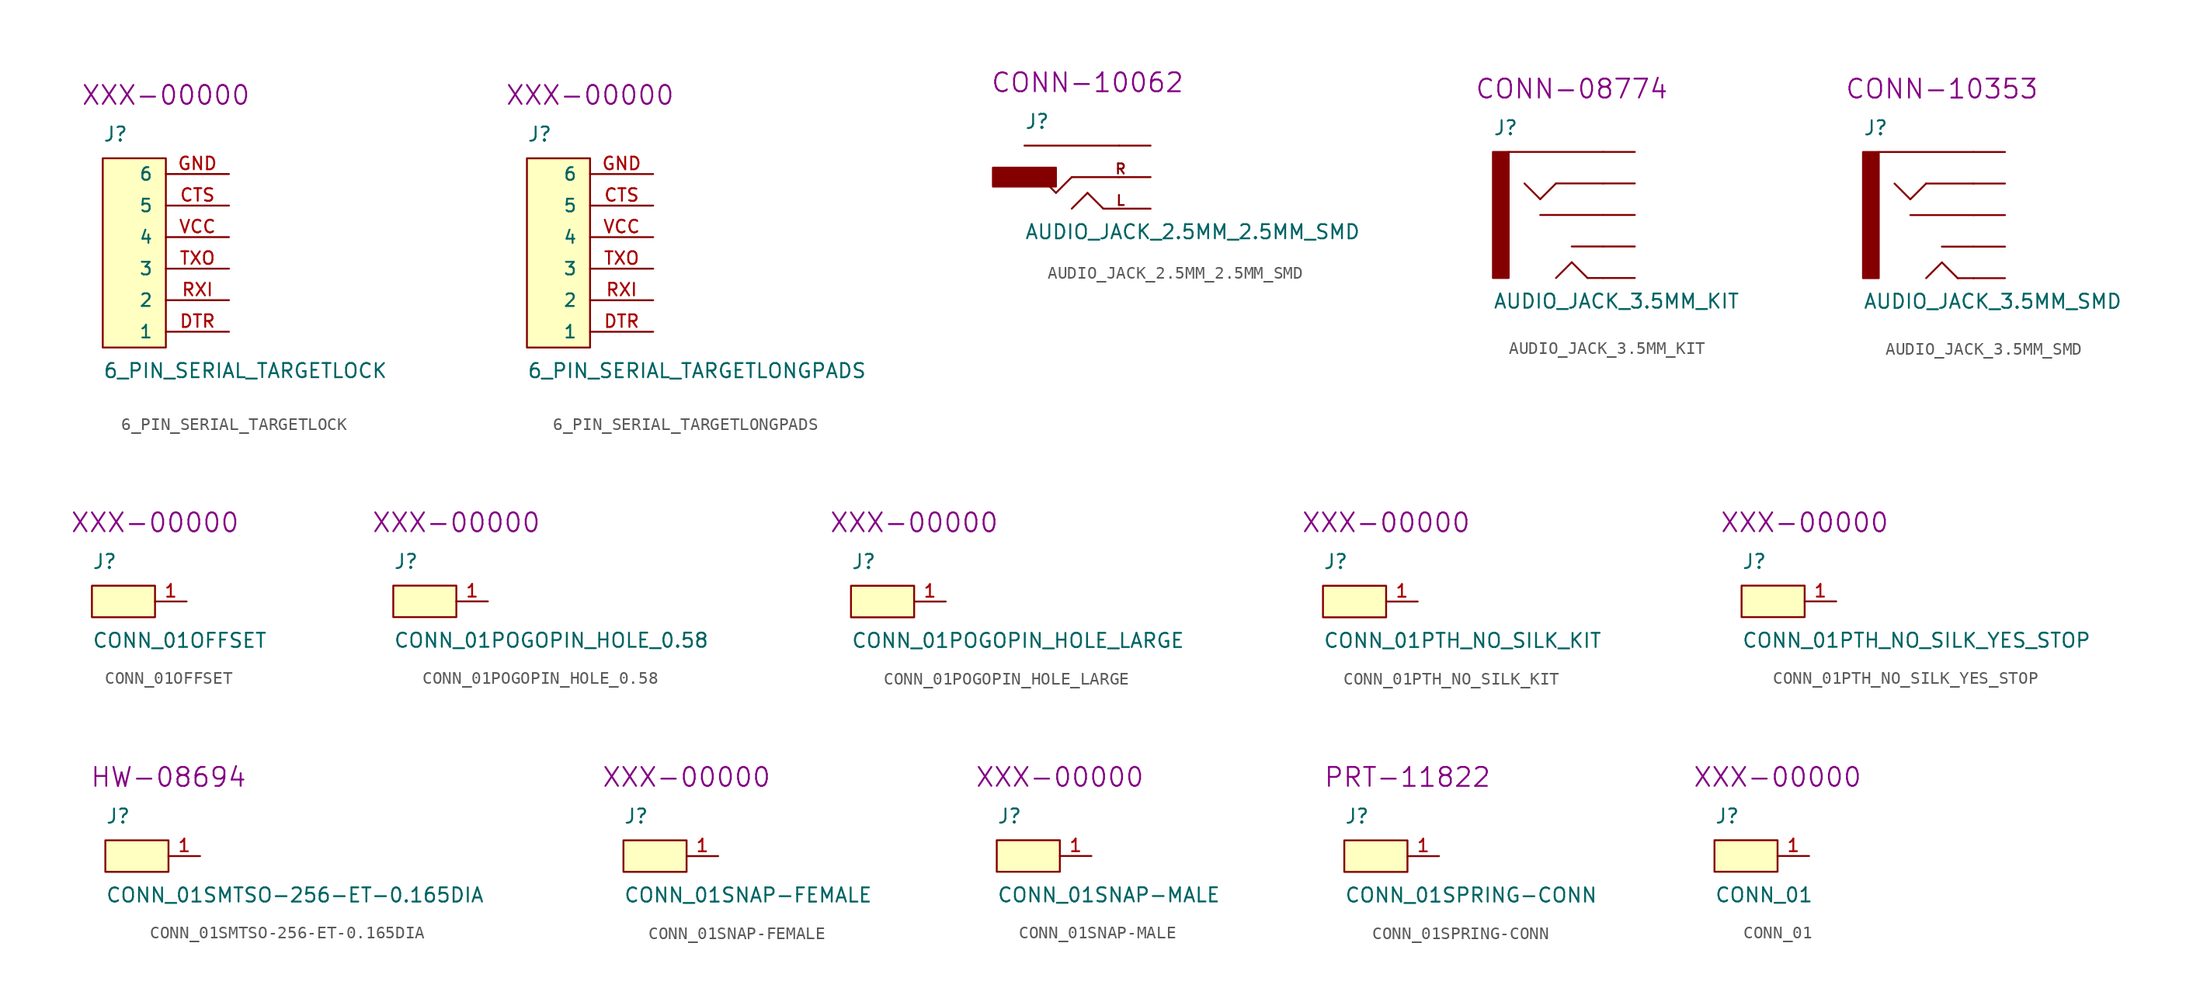
<source format=kicad_sym>
(kicad_symbol_lib
  (version 20201005)
  (generator kicad_symbol_editor)
  (symbol "6_PIN_SERIAL_TARGETLOCK"
    (pin_names
      (offset 1.016))
    (property "Reference" "J"
      (at -5.08 15.24 0)
      (effects (font (size 1.143 1.143)) (justify left bottom)))
    (property "Value" "6_PIN_SERIAL_TARGETLOCK"
      (at -5.08 -3.81 0)
      (effects (font (size 1.143 1.143)) (justify left bottom)))
    (property "Field4" "XXX-00000"
      (at 0 19.05 0)
      (effects (font (size 1.524 1.524))))
    (property "ki_locked" ""
      (at 0 0 0)
      (effects (font (size 1.27 1.27))))
    (symbol "6_PIN_SERIAL_TARGETLOCK_0_1"
      (rectangle (start -5.08 13.97) (end 0 -1.27) (stroke (width 0)) (fill (type background))))
    (symbol "6_PIN_SERIAL_TARGETLOCK_1_1"
      (pin passive line (at 5.08 7.62 180) (length 5.08) (name "4" (effects (font (size 1.016 1.016)))) (number "VCC" (effects (font (size 1.016 1.016)))))
      (pin passive line (at 5.08 12.7 180) (length 5.08) (name "6" (effects (font (size 1.016 1.016)))) (number "GND" (effects (font (size 1.016 1.016)))))
      (pin passive line (at 5.08 2.54 180) (length 5.08) (name "2" (effects (font (size 1.016 1.016)))) (number "RXI" (effects (font (size 1.016 1.016)))))
      (pin passive line (at 5.08 5.08 180) (length 5.08) (name "3" (effects (font (size 1.016 1.016)))) (number "TXO" (effects (font (size 1.016 1.016)))))
      (pin passive line (at 5.08 0 180) (length 5.08) (name "1" (effects (font (size 1.016 1.016)))) (number "DTR" (effects (font (size 1.016 1.016)))))
      (pin passive line (at 5.08 10.16 180) (length 5.08) (name "5" (effects (font (size 1.016 1.016)))) (number "CTS" (effects (font (size 1.016 1.016)))))))
  (symbol "6_PIN_SERIAL_TARGETLONGPADS"
    (pin_names
      (offset 1.016))
    (property "Reference" "J"
      (at -5.08 15.24 0)
      (effects (font (size 1.143 1.143)) (justify left bottom)))
    (property "Value" "6_PIN_SERIAL_TARGETLONGPADS"
      (at -5.08 -3.81 0)
      (effects (font (size 1.143 1.143)) (justify left bottom)))
    (property "Field4" "XXX-00000"
      (at 0 19.05 0)
      (effects (font (size 1.524 1.524))))
    (property "ki_locked" ""
      (at 0 0 0)
      (effects (font (size 1.27 1.27))))
    (symbol "6_PIN_SERIAL_TARGETLONGPADS_0_1"
      (rectangle (start -5.08 13.97) (end 0 -1.27) (stroke (width 0)) (fill (type background))))
    (symbol "6_PIN_SERIAL_TARGETLONGPADS_1_1"
      (pin passive line (at 5.08 7.62 180) (length 5.08) (name "4" (effects (font (size 1.016 1.016)))) (number "VCC" (effects (font (size 1.016 1.016)))))
      (pin passive line (at 5.08 12.7 180) (length 5.08) (name "6" (effects (font (size 1.016 1.016)))) (number "GND" (effects (font (size 1.016 1.016)))))
      (pin passive line (at 5.08 2.54 180) (length 5.08) (name "2" (effects (font (size 1.016 1.016)))) (number "RXI" (effects (font (size 1.016 1.016)))))
      (pin passive line (at 5.08 5.08 180) (length 5.08) (name "3" (effects (font (size 1.016 1.016)))) (number "TXO" (effects (font (size 1.016 1.016)))))
      (pin passive line (at 5.08 0 180) (length 5.08) (name "1" (effects (font (size 1.016 1.016)))) (number "DTR" (effects (font (size 1.016 1.016)))))
      (pin passive line (at 5.08 10.16 180) (length 5.08) (name "5" (effects (font (size 1.016 1.016)))) (number "CTS" (effects (font (size 1.016 1.016)))))))
  (symbol "AUDIO_JACK_2.5MM_2.5MM_SMD"
    (pin_numbers hide)
    (pin_names
      (offset 1.016) hide)
    (property "Reference" "J"
      (at -5.08 3.81 0)
      (effects (font (size 1.143 1.143)) (justify left bottom)))
    (property "Value" "AUDIO_JACK_2.5MM_2.5MM_SMD"
      (at -5.08 -5.08 0)
      (effects (font (size 1.143 1.143)) (justify left bottom)))
    (property "Field4" "CONN-10062"
      (at 0 7.62 0)
      (effects (font (size 1.524 1.524))))
    (property "ki_locked" ""
      (at 0 0 0)
      (effects (font (size 1.27 1.27))))
    (symbol "AUDIO_JACK_2.5MM_2.5MM_SMD_1_0"
      (text "L" (at 2.667 -1.88 0) (effects (font (size 0.813 0.813))))
      (text "R" (at 2.667 0.66 0) (effects (font (size 0.813 0.813))))
      (polyline (pts (xy -2.54 -1.27) (xy -3.81 0)) (stroke (width 0)) (fill (type none)))
      (polyline (pts (xy -1.27 -2.54) (xy 0 -1.27)) (stroke (width 0)) (fill (type none)))
      (polyline (pts (xy -1.27 0) (xy -2.54 -1.27)) (stroke (width 0)) (fill (type none)))
      (polyline (pts (xy 0 -1.27) (xy 1.27 -2.54)) (stroke (width 0)) (fill (type none)))
      (polyline (pts (xy 1.27 -2.54) (xy 2.54 -2.54)) (stroke (width 0)) (fill (type none)))
      (polyline (pts (xy 2.54 0) (xy -1.27 0)) (stroke (width 0)) (fill (type none)))
      (polyline (pts (xy 2.54 2.54) (xy -5.08 2.54)) (stroke (width 0)) (fill (type none))))
    (symbol "AUDIO_JACK_2.5MM_2.5MM_SMD_1_1"
      (rectangle (start -7.62 -0.762) (end -2.54 0.762) (stroke (width 0)) (fill (type outline)))
      (pin bidirectional line (at 5.08 -2.54 180) (length 2.54) (name "LEFT" (effects (font (size 1.016 1.016)))) (number "1" (effects (font (size 1.016 1.016)))))
      (pin bidirectional line (at 5.08 0 180) (length 2.54) (name "RIGHT" (effects (font (size 1.016 1.016)))) (number "4" (effects (font (size 1.016 1.016)))))
      (pin bidirectional line (at 5.08 2.54 180) (length 2.54) (name "SLEEVE" (effects (font (size 1.016 1.016)))) (number "5" (effects (font (size 1.016 1.016)))))))
  (symbol "AUDIO_JACK_3.5MM_KIT"
    (pin_numbers hide)
    (pin_names
      (offset 1.016) hide)
    (property "Reference" "J"
      (at -6.35 6.35 0)
      (effects (font (size 1.143 1.143)) (justify left bottom)))
    (property "Value" "AUDIO_JACK_3.5MM_KIT"
      (at -6.35 -7.62 0)
      (effects (font (size 1.143 1.143)) (justify left bottom)))
    (property "Field4" "CONN-08774"
      (at 0 10.16 0)
      (effects (font (size 1.524 1.524))))
    (property "ki_locked" ""
      (at 0 0 0)
      (effects (font (size 1.27 1.27))))
    (symbol "AUDIO_JACK_3.5MM_KIT_1_0"
      (polyline (pts (xy -2.54 0) (xy 2.54 0)) (stroke (width 0)) (fill (type none)))
      (polyline (pts (xy -2.54 1.27) (xy -3.81 2.54)) (stroke (width 0)) (fill (type none)))
      (polyline (pts (xy -1.27 -5.08) (xy 0 -3.81)) (stroke (width 0)) (fill (type none)))
      (polyline (pts (xy -1.27 2.54) (xy -2.54 1.27)) (stroke (width 0)) (fill (type none)))
      (polyline (pts (xy 0 -3.81) (xy 1.27 -5.08)) (stroke (width 0)) (fill (type none)))
      (polyline (pts (xy 0 -2.54) (xy 2.54 -2.54)) (stroke (width 0)) (fill (type none)))
      (polyline (pts (xy 1.27 -5.08) (xy 2.54 -5.08)) (stroke (width 0)) (fill (type none)))
      (polyline (pts (xy 2.54 2.54) (xy -1.27 2.54)) (stroke (width 0)) (fill (type none)))
      (polyline (pts (xy 2.54 5.08) (xy -5.08 5.08)) (stroke (width 0)) (fill (type none))))
    (symbol "AUDIO_JACK_3.5MM_KIT_1_1"
      (rectangle (start -6.35 -5.08) (end -5.08 5.08) (stroke (width 0)) (fill (type outline)))
      (pin bidirectional line (at 5.08 0 180) (length 2.54) (name "RSH" (effects (font (size 1.016 1.016)))) (number "RSH" (effects (font (size 1.016 1.016)))))
      (pin bidirectional line (at 5.08 -2.54 180) (length 2.54) (name "TSH" (effects (font (size 1.016 1.016)))) (number "TSH" (effects (font (size 1.016 1.016)))))
      (pin bidirectional line (at 5.08 -5.08 180) (length 2.54) (name "TIP" (effects (font (size 1.016 1.016)))) (number "TIP" (effects (font (size 1.016 1.016)))))
      (pin bidirectional line (at 5.08 5.08 180) (length 2.54) (name "SLEEVE" (effects (font (size 1.016 1.016)))) (number "SLEE" (effects (font (size 1.016 1.016)))))
      (pin bidirectional line (at 5.08 2.54 180) (length 2.54) (name "RING" (effects (font (size 1.016 1.016)))) (number "RING" (effects (font (size 1.016 1.016)))))))
  (symbol "AUDIO_JACK_3.5MM_SMD"
    (pin_numbers hide)
    (pin_names
      (offset 1.016) hide)
    (property "Reference" "J"
      (at -6.35 6.35 0)
      (effects (font (size 1.143 1.143)) (justify left bottom)))
    (property "Value" "AUDIO_JACK_3.5MM_SMD"
      (at -6.35 -7.62 0)
      (effects (font (size 1.143 1.143)) (justify left bottom)))
    (property "Field4" "CONN-10353"
      (at 0 10.16 0)
      (effects (font (size 1.524 1.524))))
    (property "ki_locked" ""
      (at 0 0 0)
      (effects (font (size 1.27 1.27))))
    (symbol "AUDIO_JACK_3.5MM_SMD_1_0"
      (polyline (pts (xy -2.54 0) (xy 2.54 0)) (stroke (width 0)) (fill (type none)))
      (polyline (pts (xy -2.54 1.27) (xy -3.81 2.54)) (stroke (width 0)) (fill (type none)))
      (polyline (pts (xy -1.27 -5.08) (xy 0 -3.81)) (stroke (width 0)) (fill (type none)))
      (polyline (pts (xy -1.27 2.54) (xy -2.54 1.27)) (stroke (width 0)) (fill (type none)))
      (polyline (pts (xy 0 -3.81) (xy 1.27 -5.08)) (stroke (width 0)) (fill (type none)))
      (polyline (pts (xy 0 -2.54) (xy 2.54 -2.54)) (stroke (width 0)) (fill (type none)))
      (polyline (pts (xy 1.27 -5.08) (xy 2.54 -5.08)) (stroke (width 0)) (fill (type none)))
      (polyline (pts (xy 2.54 2.54) (xy -1.27 2.54)) (stroke (width 0)) (fill (type none)))
      (polyline (pts (xy 2.54 5.08) (xy -5.08 5.08)) (stroke (width 0)) (fill (type none))))
    (symbol "AUDIO_JACK_3.5MM_SMD_1_1"
      (rectangle (start -6.35 -5.08) (end -5.08 5.08) (stroke (width 0)) (fill (type outline)))
      (pin bidirectional line (at 5.08 0 180) (length 2.54) (name "RSH" (effects (font (size 1.016 1.016)))) (number "RSH" (effects (font (size 1.016 1.016)))))
      (pin bidirectional line (at 5.08 -2.54 180) (length 2.54) (name "TSH" (effects (font (size 1.016 1.016)))) (number "TSH" (effects (font (size 1.016 1.016)))))
      (pin bidirectional line (at 5.08 -5.08 180) (length 2.54) (name "TIP" (effects (font (size 1.016 1.016)))) (number "TIP" (effects (font (size 1.016 1.016)))))
      (pin bidirectional line (at 5.08 5.08 180) (length 2.54) (name "SLEEVE" (effects (font (size 1.016 1.016)))) (number "SLEE" (effects (font (size 1.016 1.016)))))
      (pin bidirectional line (at 5.08 2.54 180) (length 2.54) (name "RING" (effects (font (size 1.016 1.016)))) (number "RING" (effects (font (size 1.016 1.016)))))))
  (symbol "CONN_01OFFSET"
    (pin_names
      (offset 1.016) hide)
    (property "Reference" "J"
      (at -5.08 2.54 0)
      (effects (font (size 1.143 1.143)) (justify left bottom)))
    (property "Value" "CONN_01OFFSET"
      (at -5.08 -3.81 0)
      (effects (font (size 1.143 1.143)) (justify left bottom)))
    (property "Field4" "XXX-00000"
      (at 0 6.35 0)
      (effects (font (size 1.524 1.524))))
    (symbol "CONN_01OFFSET_1_0"
      (rectangle (start 0 -1.27) (end -5.08 1.27) (stroke (width 0)) (fill (type background))))
    (symbol "CONN_01OFFSET_1_1"
      (pin passive line (at 2.54 0 180) (length 2.54) (name "1" (effects (font (size 1.016 1.016)))) (number "1" (effects (font (size 1.016 1.016)))))))
  (symbol "CONN_01POGOPIN_HOLE_0.58"
    (pin_names
      (offset 1.016) hide)
    (property "Reference" "J"
      (at -5.08 2.54 0)
      (effects (font (size 1.143 1.143)) (justify left bottom)))
    (property "Value" "CONN_01POGOPIN_HOLE_0.58"
      (at -5.08 -3.81 0)
      (effects (font (size 1.143 1.143)) (justify left bottom)))
    (property "Field4" "XXX-00000"
      (at 0 6.35 0)
      (effects (font (size 1.524 1.524))))
    (symbol "CONN_01POGOPIN_HOLE_0.58_1_0"
      (rectangle (start 0 -1.27) (end -5.08 1.27) (stroke (width 0)) (fill (type background))))
    (symbol "CONN_01POGOPIN_HOLE_0.58_1_1"
      (pin passive line (at 2.54 0 180) (length 2.54) (name "1" (effects (font (size 1.016 1.016)))) (number "1" (effects (font (size 1.016 1.016)))))))
  (symbol "CONN_01POGOPIN_HOLE_LARGE"
    (pin_names
      (offset 1.016) hide)
    (property "Reference" "J"
      (at -5.08 2.54 0)
      (effects (font (size 1.143 1.143)) (justify left bottom)))
    (property "Value" "CONN_01POGOPIN_HOLE_LARGE"
      (at -5.08 -3.81 0)
      (effects (font (size 1.143 1.143)) (justify left bottom)))
    (property "Field4" "XXX-00000"
      (at 0 6.35 0)
      (effects (font (size 1.524 1.524))))
    (symbol "CONN_01POGOPIN_HOLE_LARGE_1_0"
      (rectangle (start 0 -1.27) (end -5.08 1.27) (stroke (width 0)) (fill (type background))))
    (symbol "CONN_01POGOPIN_HOLE_LARGE_1_1"
      (pin passive line (at 2.54 0 180) (length 2.54) (name "1" (effects (font (size 1.016 1.016)))) (number "1" (effects (font (size 1.016 1.016)))))))
  (symbol "CONN_01PTH_NO_SILK_KIT"
    (pin_names
      (offset 1.016) hide)
    (property "Reference" "J"
      (at -5.08 2.54 0)
      (effects (font (size 1.143 1.143)) (justify left bottom)))
    (property "Value" "CONN_01PTH_NO_SILK_KIT"
      (at -5.08 -3.81 0)
      (effects (font (size 1.143 1.143)) (justify left bottom)))
    (property "Field4" "XXX-00000"
      (at 0 6.35 0)
      (effects (font (size 1.524 1.524))))
    (symbol "CONN_01PTH_NO_SILK_KIT_1_0"
      (rectangle (start 0 -1.27) (end -5.08 1.27) (stroke (width 0)) (fill (type background))))
    (symbol "CONN_01PTH_NO_SILK_KIT_1_1"
      (pin passive line (at 2.54 0 180) (length 2.54) (name "1" (effects (font (size 1.016 1.016)))) (number "1" (effects (font (size 1.016 1.016)))))))
  (symbol "CONN_01PTH_NO_SILK_YES_STOP"
    (pin_names
      (offset 1.016) hide)
    (property "Reference" "J"
      (at -5.08 2.54 0)
      (effects (font (size 1.143 1.143)) (justify left bottom)))
    (property "Value" "CONN_01PTH_NO_SILK_YES_STOP"
      (at -5.08 -3.81 0)
      (effects (font (size 1.143 1.143)) (justify left bottom)))
    (property "Field4" "XXX-00000"
      (at 0 6.35 0)
      (effects (font (size 1.524 1.524))))
    (symbol "CONN_01PTH_NO_SILK_YES_STOP_1_0"
      (rectangle (start 0 -1.27) (end -5.08 1.27) (stroke (width 0)) (fill (type background))))
    (symbol "CONN_01PTH_NO_SILK_YES_STOP_1_1"
      (pin passive line (at 2.54 0 180) (length 2.54) (name "1" (effects (font (size 1.016 1.016)))) (number "1" (effects (font (size 1.016 1.016)))))))
  (symbol "CONN_01SMTSO-256-ET-0.165DIA"
    (pin_names
      (offset 1.016) hide)
    (property "Reference" "J"
      (at -5.08 2.54 0)
      (effects (font (size 1.143 1.143)) (justify left bottom)))
    (property "Value" "CONN_01SMTSO-256-ET-0.165DIA"
      (at -5.08 -3.81 0)
      (effects (font (size 1.143 1.143)) (justify left bottom)))
    (property "Field4" "HW-08694"
      (at 0 6.35 0)
      (effects (font (size 1.524 1.524))))
    (symbol "CONN_01SMTSO-256-ET-0.165DIA_1_0"
      (rectangle (start 0 -1.27) (end -5.08 1.27) (stroke (width 0)) (fill (type background))))
    (symbol "CONN_01SMTSO-256-ET-0.165DIA_1_1"
      (pin passive line (at 2.54 0 180) (length 2.54) (name "1" (effects (font (size 1.016 1.016)))) (number "1" (effects (font (size 1.016 1.016)))))))
  (symbol "CONN_01SNAP-FEMALE"
    (pin_names
      (offset 1.016) hide)
    (property "Reference" "J"
      (at -5.08 2.54 0)
      (effects (font (size 1.143 1.143)) (justify left bottom)))
    (property "Value" "CONN_01SNAP-FEMALE"
      (at -5.08 -3.81 0)
      (effects (font (size 1.143 1.143)) (justify left bottom)))
    (property "Field4" "XXX-00000"
      (at 0 6.35 0)
      (effects (font (size 1.524 1.524))))
    (symbol "CONN_01SNAP-FEMALE_1_0"
      (rectangle (start 0 -1.27) (end -5.08 1.27) (stroke (width 0)) (fill (type background))))
    (symbol "CONN_01SNAP-FEMALE_1_1"
      (pin passive line (at 2.54 0 180) (length 2.54) (name "1" (effects (font (size 1.016 1.016)))) (number "1" (effects (font (size 1.016 1.016)))))))
  (symbol "CONN_01SNAP-MALE"
    (pin_names
      (offset 1.016) hide)
    (property "Reference" "J"
      (at -5.08 2.54 0)
      (effects (font (size 1.143 1.143)) (justify left bottom)))
    (property "Value" "CONN_01SNAP-MALE"
      (at -5.08 -3.81 0)
      (effects (font (size 1.143 1.143)) (justify left bottom)))
    (property "Field4" "XXX-00000"
      (at 0 6.35 0)
      (effects (font (size 1.524 1.524))))
    (symbol "CONN_01SNAP-MALE_1_0"
      (rectangle (start 0 -1.27) (end -5.08 1.27) (stroke (width 0)) (fill (type background))))
    (symbol "CONN_01SNAP-MALE_1_1"
      (pin passive line (at 2.54 0 180) (length 2.54) (name "1" (effects (font (size 1.016 1.016)))) (number "1" (effects (font (size 1.016 1.016)))))))
  (symbol "CONN_01SPRING-CONN"
    (pin_names
      (offset 1.016) hide)
    (property "Reference" "J"
      (at -5.08 2.54 0)
      (effects (font (size 1.143 1.143)) (justify left bottom)))
    (property "Value" "CONN_01SPRING-CONN"
      (at -5.08 -3.81 0)
      (effects (font (size 1.143 1.143)) (justify left bottom)))
    (property "Field4" "PRT-11822"
      (at 0 6.35 0)
      (effects (font (size 1.524 1.524))))
    (symbol "CONN_01SPRING-CONN_1_0"
      (rectangle (start 0 -1.27) (end -5.08 1.27) (stroke (width 0)) (fill (type background))))
    (symbol "CONN_01SPRING-CONN_1_1"
      (pin passive line (at 2.54 0 180) (length 2.54) (name "1" (effects (font (size 1.016 1.016)))) (number "1" (effects (font (size 1.016 1.016)))))))
  (symbol "CONN_01"
    (pin_names
      (offset 1.016) hide)
    (property "Reference" "J"
      (at -5.08 2.54 0)
      (effects (font (size 1.143 1.143)) (justify left bottom)))
    (property "Value" "CONN_01"
      (at -5.08 -3.81 0)
      (effects (font (size 1.143 1.143)) (justify left bottom)))
    (property "Field4" "XXX-00000"
      (at 0 6.35 0)
      (effects (font (size 1.524 1.524))))
    (symbol "CONN_01_1_0"
      (rectangle (start 0 -1.27) (end -5.08 1.27) (stroke (width 0)) (fill (type background))))
    (symbol "CONN_01_1_1"
      (pin passive line (at 2.54 0 180) (length 2.54) (name "1" (effects (font (size 1.016 1.016)))) (number "1" (effects (font (size 1.016 1.016))))))))
</source>
